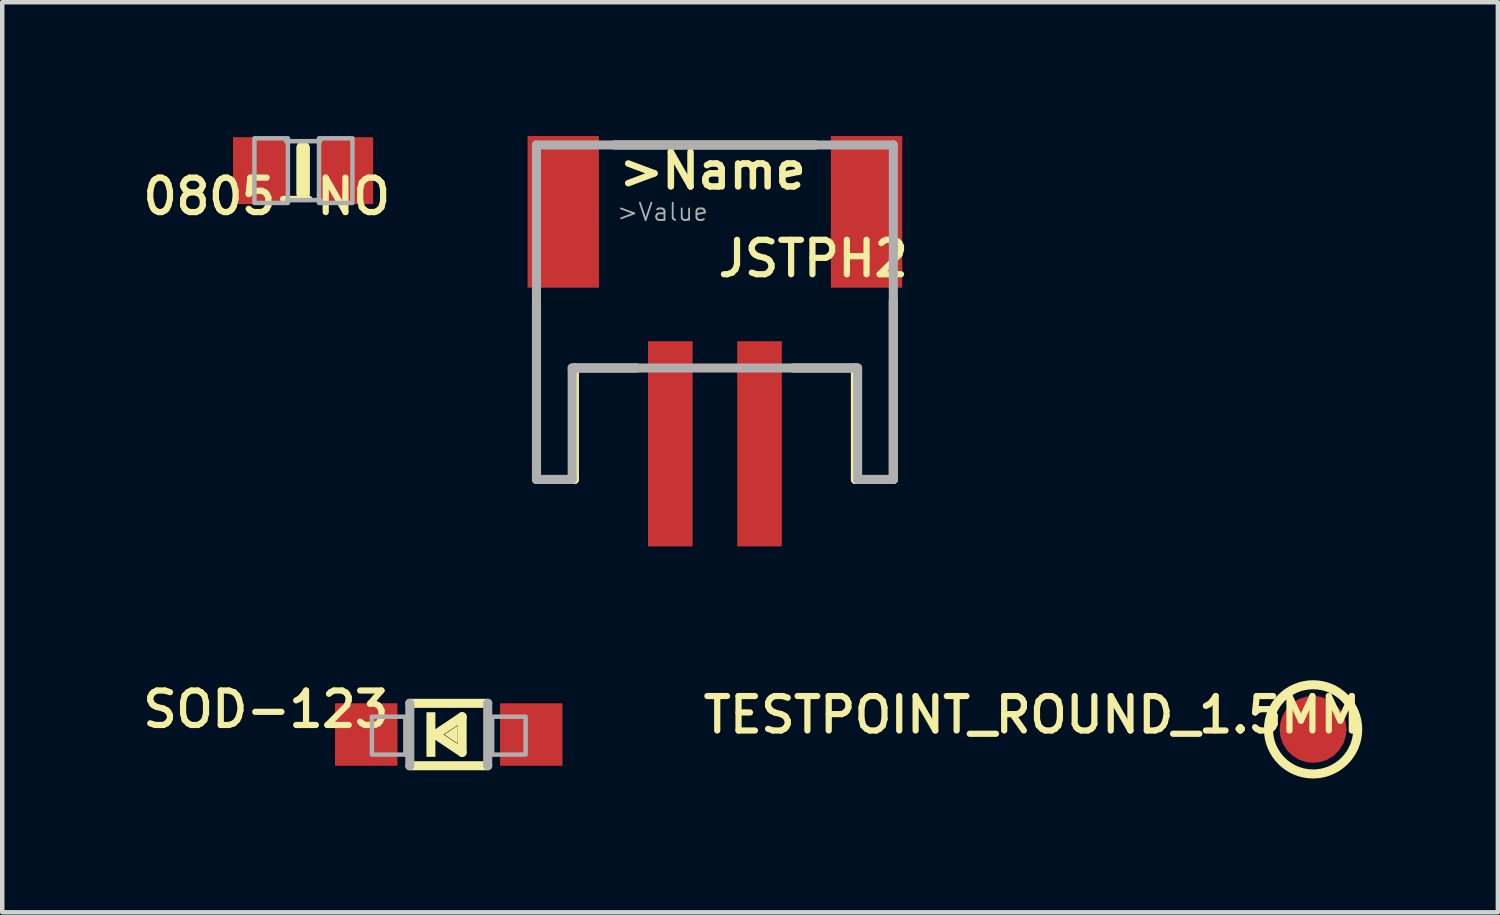
<source format=kicad_pcb>
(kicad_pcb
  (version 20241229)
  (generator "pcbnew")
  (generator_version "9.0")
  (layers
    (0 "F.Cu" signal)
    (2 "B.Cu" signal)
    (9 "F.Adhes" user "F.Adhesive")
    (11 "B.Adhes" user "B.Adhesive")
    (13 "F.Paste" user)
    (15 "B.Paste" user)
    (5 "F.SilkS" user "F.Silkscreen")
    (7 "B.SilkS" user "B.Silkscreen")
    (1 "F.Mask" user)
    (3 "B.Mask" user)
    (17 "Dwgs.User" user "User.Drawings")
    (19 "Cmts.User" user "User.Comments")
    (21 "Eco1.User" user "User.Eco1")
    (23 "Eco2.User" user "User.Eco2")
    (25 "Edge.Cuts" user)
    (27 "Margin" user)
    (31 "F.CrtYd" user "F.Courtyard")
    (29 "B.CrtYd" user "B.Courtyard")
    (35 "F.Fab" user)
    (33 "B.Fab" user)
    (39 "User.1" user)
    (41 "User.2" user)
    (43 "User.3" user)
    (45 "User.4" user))
  (footprint "JSTPH2"
    (layer "F.Cu")
    (at 12.978 3.2)
    (property "Reference" "JSTPH2" (at 0 0 0) (layer "F.SilkS") (effects (font (size 0.772 0.772) (thickness 0.139)) (justify left bottom)))
    (attr through_hole)
    (fp_line (start -4 4.5) (end -4 0.5) (stroke (width 0.203) (type solid)) (layer "F.SilkS"))
    (fp_line (start -3.15 2) (end -3.15 4.5) (stroke (width 0.203) (type solid)) (layer "F.SilkS"))
    (fp_line (start -3.15 4.5) (end -4 4.5) (stroke (width 0.203) (type solid)) (layer "F.SilkS"))
    (fp_line (start -2.25 -3) (end 2.25 -3) (stroke (width 0.203) (type solid)) (layer "F.SilkS"))
    (fp_line (start -1.75 2) (end -3.15 2) (stroke (width 0.203) (type solid)) (layer "F.SilkS"))
    (fp_line (start 3.15 2) (end 1.75 2) (stroke (width 0.203) (type solid)) (layer "F.SilkS"))
    (fp_line (start 3.15 4.5) (end 3.15 2) (stroke (width 0.203) (type solid)) (layer "F.SilkS"))
    (fp_line (start 4 0.5) (end 4 4.5) (stroke (width 0.203) (type solid)) (layer "F.SilkS"))
    (fp_line (start 4 4.5) (end 3.15 4.5) (stroke (width 0.203) (type solid)) (layer "F.SilkS"))
    (fp_line (start -4 -3) (end 4 -3) (stroke (width 0.203) (type solid)) (layer "F.Fab"))
    (fp_line (start -4 4.5) (end -4 -3) (stroke (width 0.203) (type solid)) (layer "F.Fab"))
    (fp_line (start -3.2 2) (end -3.2 4.5) (stroke (width 0.203) (type solid)) (layer "F.Fab"))
    (fp_line (start -3.2 4.5) (end -4 4.5) (stroke (width 0.203) (type solid)) (layer "F.Fab"))
    (fp_line (start 3.2 2) (end -3.2 2) (stroke (width 0.203) (type solid)) (layer "F.Fab"))
    (fp_line (start 3.2 4.5) (end 3.2 2) (stroke (width 0.203) (type solid)) (layer "F.Fab"))
    (fp_line (start 4 -3) (end 4 4.5) (stroke (width 0.203) (type solid)) (layer "F.Fab"))
    (fp_line (start 4 4.5) (end 3.2 4.5) (stroke (width 0.203) (type solid)) (layer "F.Fab"))
    (fp_text user ">Name" (at -2.223 -1.968 0) (layer "F.SilkS") (effects (font (size 0.772 0.772) (thickness 0.146)) (justify left bottom)))
    (fp_text user ">Value" (at -2.223 -1.27 0) (layer "F.Fab") (effects (font (size 0.386 0.386) (thickness 0.041)) (justify left bottom)))
    (pad "1" smd rect (at -1 3.7) (size 1 4.6) (layers "F.Cu" "F.Mask" "F.Paste"))
    (pad "2" smd rect (at 1 3.7) (size 1 4.6) (layers "F.Cu" "F.Mask" "F.Paste"))
    (pad "NC1" smd rect (at -3.4 -1.5 90) (size 3.4 1.6) (layers "F.Cu" "F.Mask" "F.Paste"))
    (pad "NC2" smd rect (at 3.4 -1.5 90) (size 3.4 1.6) (layers "F.Cu" "F.Mask" "F.Paste")))
  (footprint "TESTPOINT_ROUND_1.5MM"
    (layer "F.Cu")
    (at 26.389 13.302)
    (property "Reference" "TESTPOINT_ROUND_1.5MM" (at 1.143 0.127 180) (layer "F.SilkS") (effects (font (size 0.772 0.772) (thickness 0.139)) (justify right bottom)))
    (attr through_hole)
    (fp_circle (center 0 0) (end 1 0) (stroke (width 0.203) (type solid)) (fill no) (layer "F.SilkS"))
    (pad "P$1" smd roundrect (at 0 0) (size 1.5 1.5) (layers "F.Cu" "F.Mask") (roundrect_rratio 0.5)))
  (footprint "0805-NO"
    (layer "F.Cu")
    (at 3.746 0.776)
    (property "Reference" "0805-NO" (at 2.032 0.127 180) (layer "F.SilkS") (effects (font (size 0.772 0.772) (thickness 0.139)) (justify right top)))
    (attr through_hole)
    (fp_line (start 0 -0.508) (end 0 0.508) (stroke (width 0.305) (type solid)) (layer "F.SilkS"))
    (fp_line (start -0.381 -0.66) (end 0.381 -0.66) (stroke (width 0.102) (type solid)) (layer "F.Fab"))
    (fp_line (start -0.356 0.66) (end 0.381 0.66) (stroke (width 0.102) (type solid)) (layer "F.Fab"))
    (fp_poly (pts (xy -1.092 0.724) (xy -0.342 0.724) (xy -0.342 -0.726) (xy -1.092 -0.726)) (stroke (width 0.1) (type solid)) (fill no) (layer "F.Fab"))
    (fp_poly (pts (xy 0.356 0.724) (xy 1.106 0.724) (xy 1.106 -0.726) (xy 0.356 -0.726)) (stroke (width 0.1) (type solid)) (fill no) (layer "F.Fab"))
    (pad "1" smd rect (at -0.95 0) (size 1.24 1.5) (layers "F.Cu" "F.Mask" "F.Paste"))
    (pad "2" smd rect (at 0.95 0) (size 1.24 1.5) (layers "F.Cu" "F.Mask" "F.Paste")))
  (footprint "SOD-123"
    (layer "F.Cu")
    (at 7.011 13.418)
    (property "Reference" "SOD-123" (at -1.27 -1.016 180) (layer "F.SilkS") (effects (font (size 0.772 0.772) (thickness 0.139)) (justify right top)))
    (attr through_hole)
    (fp_line (start -0.873 -0.7) (end 0.873 -0.7) (stroke (width 0.203) (type solid)) (layer "F.SilkS"))
    (fp_line (start -0.3 0) (end 0.3 -0.4) (stroke (width 0.203) (type solid)) (layer "F.SilkS"))
    (fp_line (start 0.3 -0.4) (end 0.3 0.4) (stroke (width 0.203) (type solid)) (layer "F.SilkS"))
    (fp_line (start 0.3 0.4) (end -0.3 0) (stroke (width 0.203) (type solid)) (layer "F.SilkS"))
    (fp_line (start 0.873 0.7) (end -0.873 0.7) (stroke (width 0.203) (type solid)) (layer "F.SilkS"))
    (fp_poly (pts (xy -0.1 0) (xy 0.2 -0.2) (xy 0.2 0.2)) (stroke (width 0) (type solid)) (fill yes) (layer "F.SilkS"))
    (fp_poly (pts (xy -0.5 0.5) (xy -0.3 0.5) (xy -0.3 -0.5) (xy -0.5 -0.5)) (stroke (width 0) (type solid)) (fill yes) (layer "F.SilkS"))
    (fp_line (start -0.873 0.7) (end -0.873 -0.7) (stroke (width 0.203) (type solid)) (layer "F.Fab"))
    (fp_line (start 0.873 -0.7) (end 0.873 0.7) (stroke (width 0.203) (type solid)) (layer "F.Fab"))
    (fp_poly (pts (xy -1.723 0.45) (xy -0.973 0.45) (xy -0.973 -0.4) (xy -1.723 -0.4)) (stroke (width 0.1) (type solid)) (fill no) (layer "F.Fab"))
    (fp_poly (pts (xy 0.973 0.45) (xy 1.723 0.45) (xy 1.723 -0.4) (xy 0.973 -0.4)) (stroke (width 0.1) (type solid)) (fill no) (layer "F.Fab"))
    (pad "A" smd rect (at 1.85 0 90) (size 1.4 1.4) (layers "F.Cu" "F.Mask" "F.Paste"))
    (pad "C" smd rect (at -1.85 0 90) (size 1.4 1.4) (layers "F.Cu" "F.Mask" "F.Paste")))
  (gr_rect
    (start -3 -3)
    (end 30.532 17.403)
    (stroke (width 0.1) (type default))
    (fill no)
    (layer "Edge.Cuts")))
</source>
